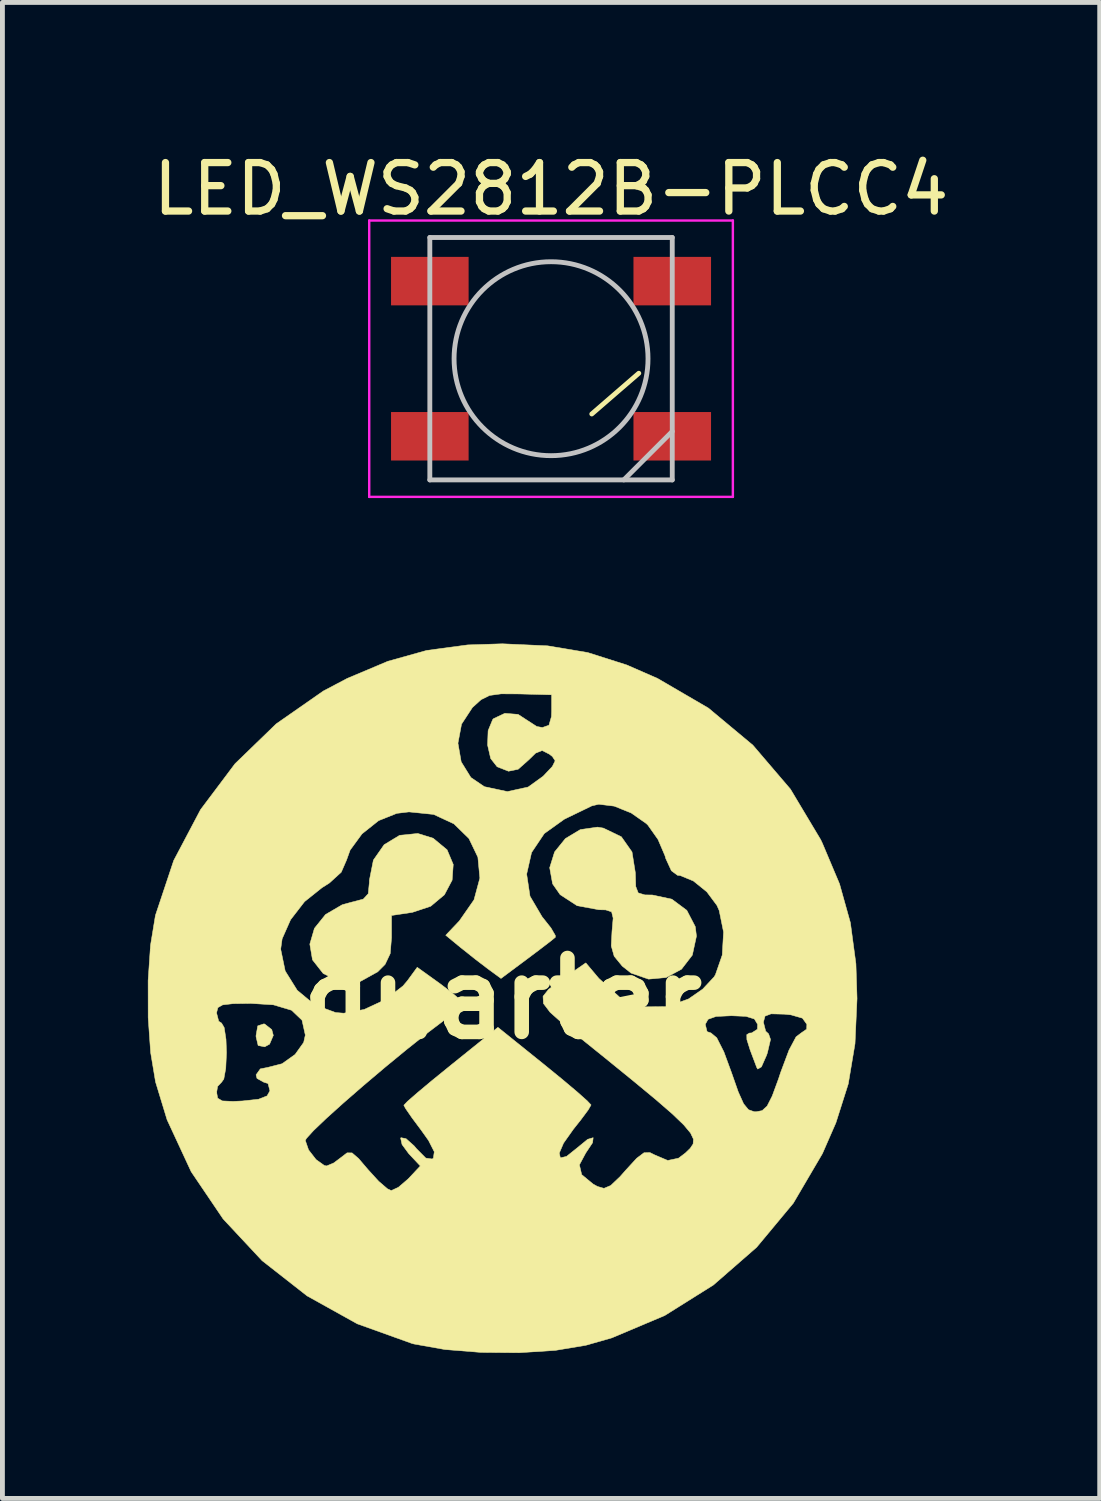
<source format=kicad_pcb>
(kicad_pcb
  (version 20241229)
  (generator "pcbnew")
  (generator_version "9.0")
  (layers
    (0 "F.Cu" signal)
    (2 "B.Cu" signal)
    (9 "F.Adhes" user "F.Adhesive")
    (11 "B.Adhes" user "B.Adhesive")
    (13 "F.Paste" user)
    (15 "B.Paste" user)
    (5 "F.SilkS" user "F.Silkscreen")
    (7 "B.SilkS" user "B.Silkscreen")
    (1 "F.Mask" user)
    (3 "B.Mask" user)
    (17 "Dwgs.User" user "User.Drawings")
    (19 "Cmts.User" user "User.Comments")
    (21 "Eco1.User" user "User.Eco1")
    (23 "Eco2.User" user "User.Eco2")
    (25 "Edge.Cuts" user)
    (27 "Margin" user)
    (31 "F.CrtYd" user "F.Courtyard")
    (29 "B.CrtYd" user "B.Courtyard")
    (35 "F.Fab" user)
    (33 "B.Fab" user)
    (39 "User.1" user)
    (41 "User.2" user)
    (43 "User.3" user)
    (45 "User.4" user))
  (footprint "quarter"
    (layer "F.Cu")
    (at 7.311 17.543)
    (property "Reference" "quarter" (at 0 0 0) (layer "F.SilkS") (effects (font (size 1.524 1.524) (thickness 0.3))))
    (attr through_hole)
    (fp_poly (pts (xy -4.902 0.527) (xy -4.756 0.642) (xy -4.724 0.762) (xy -4.801 0.942) (xy -4.902 0.997) (xy -5.037 0.97) (xy -5.08 0.79) (xy -5.08 0.762) (xy -5.045 0.565) (xy -4.921 0.524) (xy -4.902 0.527)) (stroke (width 0.01) (type solid)) (fill yes) (layer "F.SilkS"))
    (fp_poly (pts (xy -1.428 -3.305) (xy -1.14 -3.066) (xy -1.013 -2.764) (xy -1.036 -2.44) (xy -1.195 -2.139) (xy -1.478 -1.902) (xy -1.857 -1.776) (xy -2.286 -1.712) (xy -2.286 -1.253) (xy -2.313 -0.926) (xy -2.418 -0.704) (xy -2.571 -0.55) (xy -2.943 -0.344) (xy -3.331 -0.335) (xy -3.695 -0.515) (xy -3.916 -0.796) (xy -3.971 -1.121) (xy -3.876 -1.447) (xy -3.647 -1.732) (xy -3.303 -1.933) (xy -3.11 -1.986) (xy -2.869 -2.049) (xy -2.766 -2.161) (xy -2.743 -2.395) (xy -2.743 -2.436) (xy -2.66 -2.854) (xy -2.438 -3.172) (xy -2.119 -3.365) (xy -1.744 -3.403) (xy -1.428 -3.305)) (stroke (width 0.01) (type solid)) (fill yes) (layer "F.SilkS"))
    (fp_poly (pts (xy 2.083 -3.514) (xy 2.454 -3.335) (xy 2.674 -3.022) (xy 2.743 -2.591) (xy 2.751 -2.31) (xy 2.802 -2.177) (xy 2.94 -2.136) (xy 3.093 -2.134) (xy 3.495 -2.048) (xy 3.804 -1.818) (xy 3.979 -1.481) (xy 4.003 -1.286) (xy 3.918 -0.894) (xy 3.694 -0.603) (xy 3.377 -0.432) (xy 3.015 -0.399) (xy 2.654 -0.524) (xy 2.472 -0.668) (xy 2.306 -0.871) (xy 2.246 -1.084) (xy 2.261 -1.379) (xy 2.285 -1.657) (xy 2.253 -1.787) (xy 2.131 -1.827) (xy 1.994 -1.83) (xy 1.542 -1.913) (xy 1.192 -2.141) (xy 1.036 -2.364) (xy 0.976 -2.697) (xy 1.077 -3.022) (xy 1.3 -3.298) (xy 1.608 -3.483) (xy 1.962 -3.534) (xy 2.083 -3.514)) (stroke (width 0.01) (type solid)) (fill yes) (layer "F.SilkS"))
    (fp_poly (pts (xy 0.934 -7.273) (xy 1.762 -7.134) (xy 2.564 -6.879) (xy 3.2 -6.601) (xy 4.25 -5.989) (xy 5.167 -5.224) (xy 5.942 -4.317) (xy 6.565 -3.276) (xy 6.601 -3.2) (xy 6.954 -2.363) (xy 7.178 -1.562) (xy 7.292 -0.715) (xy 7.315 -0.000001) (xy 7.273 0.934) (xy 7.134 1.762) (xy 6.879 2.564) (xy 6.601 3.2) (xy 6.001 4.222) (xy 5.244 5.132) (xy 4.352 5.91) (xy 3.349 6.539) (xy 2.257 7) (xy 1.721 7.153) (xy 1.092 7.258) (xy 0.347 7.306) (xy -0.438 7.3) (xy -1.185 7.24) (xy -1.82 7.127) (xy -1.868 7.114) (xy -2.993 6.71) (xy -4.028 6.134) (xy -4.956 5.407) (xy -5.759 4.547) (xy -6.418 3.573) (xy -6.915 2.502) (xy -7.153 1.721) (xy -7.254 1.116) (xy -7.305 0.394) (xy -7.305 0.305) (xy -5.893 0.305) (xy -5.85 0.47) (xy -5.791 0.508) (xy -5.737 0.601) (xy -5.7 0.842) (xy -5.69 1.118) (xy -5.705 1.442) (xy -5.745 1.662) (xy -5.791 1.727) (xy -5.873 1.813) (xy -5.893 1.936) (xy -5.872 2.056) (xy -5.776 2.113) (xy -5.555 2.123) (xy -5.36 2.114) (xy -5.028 2.078) (xy -4.853 2.009) (xy -4.794 1.905) (xy -4.833 1.754) (xy -4.92 1.727) (xy -5.06 1.649) (xy -5.08 1.575) (xy -4.992 1.452) (xy -4.84 1.422) (xy -4.544 1.346) (xy -4.275 1.155) (xy -4.098 0.907) (xy -4.064 0.755) (xy -4.132 0.448) (xy -4.347 0.243) (xy -4.722 0.131) (xy -5.182 0.102) (xy -5.555 0.107) (xy -5.769 0.132) (xy -5.867 0.188) (xy -5.893 0.289) (xy -5.893 0.305) (xy -7.305 0.305) (xy -7.306 -0.37) (xy -7.262 -1.017) (xy -4.572 -1.017) (xy -4.479 -0.567) (xy -4.231 -0.169) (xy -3.87 0.131) (xy -3.441 0.29) (xy -3.273 0.304) (xy -2.85 0.227) (xy -2.412 0.023) (xy -2.049 -0.259) (xy -1.956 -0.369) (xy -1.756 -0.643) (xy -1.284 -0.304) (xy -1.029 -0.11) (xy -0.857 0.04) (xy -0.813 0.1) (xy -0.887 0.195) (xy -1.072 0.353) (xy -1.143 0.406) (xy -1.527 0.697) (xy -1.96 1.041) (xy -2.415 1.415) (xy -2.863 1.794) (xy -3.278 2.155) (xy -3.631 2.473) (xy -3.896 2.726) (xy -4.043 2.888) (xy -4.064 2.929) (xy -3.997 3.123) (xy -3.842 3.323) (xy -3.671 3.445) (xy -3.624 3.454) (xy -3.477 3.392) (xy -3.324 3.277) (xy -3.203 3.184) (xy -3.1 3.185) (xy -2.965 3.301) (xy -2.769 3.531) (xy -2.551 3.77) (xy -2.368 3.927) (xy -2.291 3.962) (xy -2.144 3.894) (xy -1.949 3.727) (xy -1.93 3.708) (xy -1.692 3.454) (xy -1.93 3.201) (xy -2.069 3.012) (xy -2.098 2.881) (xy -2.091 2.871) (xy -1.986 2.892) (xy -1.821 3.039) (xy -1.772 3.097) (xy -1.579 3.292) (xy -1.446 3.311) (xy -1.423 3.292) (xy -1.404 3.162) (xy -1.523 2.928) (xy -1.674 2.716) (xy -1.867 2.457) (xy -1.997 2.268) (xy -2.032 2.202) (xy -1.958 2.124) (xy -1.754 1.946) (xy -1.453 1.694) (xy -1.084 1.394) (xy -1.062 1.376) (xy -0.092 0.595) (xy 0.868 1.368) (xy 1.238 1.67) (xy 1.542 1.926) (xy 1.749 2.11) (xy 1.829 2.195) (xy 1.829 2.196) (xy 1.77 2.299) (xy 1.616 2.506) (xy 1.465 2.696) (xy 1.262 2.983) (xy 1.174 3.188) (xy 1.196 3.288) (xy 1.324 3.257) (xy 1.534 3.089) (xy 1.759 2.905) (xy 1.873 2.871) (xy 1.86 2.976) (xy 1.719 3.188) (xy 1.589 3.431) (xy 1.636 3.633) (xy 1.871 3.827) (xy 1.961 3.877) (xy 2.095 3.916) (xy 2.234 3.858) (xy 2.426 3.676) (xy 2.545 3.541) (xy 2.771 3.295) (xy 2.921 3.182) (xy 3.043 3.178) (xy 3.14 3.226) (xy 3.411 3.341) (xy 3.633 3.294) (xy 3.777 3.185) (xy 3.874 3.091) (xy 3.934 3.001) (xy 3.941 2.901) (xy 3.881 2.775) (xy 3.741 2.607) (xy 3.507 2.382) (xy 3.165 2.085) (xy 2.7 1.7) (xy 2.1 1.212) (xy 1.688 0.88) (xy 1.263 0.533) (xy 1.263 0.533) (xy 4.185 0.533) (xy 4.222 0.684) (xy 4.302 0.711) (xy 4.421 0.81) (xy 4.569 1.102) (xy 4.724 1.524) (xy 4.865 1.926) (xy 4.975 2.171) (xy 5.076 2.294) (xy 5.192 2.335) (xy 5.232 2.337) (xy 5.358 2.313) (xy 5.461 2.218) (xy 5.565 2.013) (xy 5.695 1.66) (xy 5.74 1.524) (xy 5.912 1.065) (xy 6.057 0.792) (xy 6.163 0.711) (xy 6.276 0.633) (xy 6.28 0.533) (xy 6.189 0.406) (xy 5.952 0.338) (xy 5.816 0.324) (xy 5.542 0.317) (xy 5.417 0.364) (xy 5.385 0.484) (xy 5.385 0.494) (xy 5.431 0.675) (xy 5.49 0.729) (xy 5.531 0.845) (xy 5.467 1.118) (xy 5.45 1.169) (xy 5.343 1.411) (xy 5.266 1.456) (xy 5.246 1.422) (xy 5.11 1.061) (xy 5.043 0.848) (xy 5.041 0.746) (xy 5.096 0.713) (xy 5.141 0.711) (xy 5.26 0.635) (xy 5.264 0.533) (xy 5.198 0.423) (xy 5.025 0.369) (xy 4.724 0.356) (xy 4.407 0.371) (xy 4.243 0.429) (xy 4.185 0.533) (xy 1.263 0.533) (xy 0.985 0.285) (xy 0.847 0.103) (xy 0.839 -0.044) (xy 0.953 -0.188) (xy 1.181 -0.36) (xy 1.32 -0.457) (xy 1.721 -0.734) (xy 1.99 -0.414) (xy 2.424 -0.022) (xy 2.897 0.173) (xy 3.4 0.168) (xy 3.839 0.01) (xy 4.132 -0.193) (xy 4.366 -0.444) (xy 4.394 -0.489) (xy 4.535 -0.895) (xy 4.562 -1.37) (xy 4.472 -1.814) (xy 4.425 -1.92) (xy 4.217 -2.199) (xy 3.94 -2.423) (xy 3.667 -2.536) (xy 3.614 -2.54) (xy 3.486 -2.634) (xy 3.371 -2.884) (xy 3.353 -2.946) (xy 3.21 -3.28) (xy 3.003 -3.573) (xy 2.968 -3.608) (xy 2.657 -3.826) (xy 2.306 -3.967) (xy 1.988 -4.006) (xy 1.844 -3.972) (xy 1.649 -3.877) (xy 1.367 -3.741) (xy 1.279 -3.698) (xy 0.865 -3.402) (xy 0.602 -3.01) (xy 0.501 -2.565) (xy 0.57 -2.109) (xy 0.819 -1.685) (xy 0.826 -1.677) (xy 1.002 -1.455) (xy 1.092 -1.3) (xy 1.093 -1.262) (xy 0.991 -1.179) (xy 0.773 -1.012) (xy 0.507 -0.812) (xy -0.028 -0.413) (xy -0.294 -0.608) (xy -0.56 -0.811) (xy -0.847 -1.04) (xy -0.864 -1.053) (xy -1.168 -1.304) (xy -0.887 -1.6) (xy -0.585 -2.034) (xy -0.464 -2.483) (xy -0.505 -2.914) (xy -0.689 -3.298) (xy -1 -3.602) (xy -1.418 -3.796) (xy -1.926 -3.848) (xy -2.177 -3.818) (xy -2.552 -3.668) (xy -2.895 -3.395) (xy -3.14 -3.06) (xy -3.213 -2.857) (xy -3.323 -2.604) (xy -3.568 -2.381) (xy -3.721 -2.284) (xy -4.08 -1.997) (xy -4.368 -1.624) (xy -4.542 -1.231) (xy -4.572 -1.017) (xy -7.262 -1.017) (xy -7.257 -1.095) (xy -7.157 -1.704) (xy -7.153 -1.721) (xy -6.778 -2.846) (xy -6.225 -3.894) (xy -5.514 -4.841) (xy -5.076 -5.265) (xy -0.916 -5.265) (xy -0.849 -4.88) (xy -0.649 -4.557) (xy -0.37 -4.368) (xy 0.104 -4.267) (xy 0.532 -4.361) (xy 0.841 -4.584) (xy 1.031 -4.785) (xy 1.089 -4.902) (xy 1.031 -4.991) (xy 0.969 -5.039) (xy 0.821 -5.114) (xy 0.687 -5.061) (xy 0.548 -4.925) (xy 0.325 -4.727) (xy 0.127 -4.687) (xy -0.108 -4.779) (xy -0.241 -4.949) (xy -0.305 -5.227) (xy -0.294 -5.523) (xy -0.2 -5.752) (xy -0.183 -5.771) (xy 0.051 -5.881) (xy 0.325 -5.859) (xy 0.508 -5.74) (xy 0.709 -5.61) (xy 0.825 -5.588) (xy 0.961 -5.636) (xy 1.012 -5.813) (xy 1.016 -5.925) (xy 1.016 -6.263) (xy 0.348 -6.281) (xy -0.024 -6.283) (xy -0.264 -6.25) (xy -0.439 -6.163) (xy -0.617 -6.002) (xy -0.842 -5.658) (xy -0.916 -5.265) (xy -5.076 -5.265) (xy -4.664 -5.664) (xy -3.693 -6.341) (xy -3.2 -6.601) (xy -2.363 -6.954) (xy -1.562 -7.178) (xy -0.715 -7.292) (xy -0.000001 -7.315) (xy 0.934 -7.273)) (stroke (width 0.01) (type solid)) (fill yes) (layer "F.SilkS")))
  (footprint "LED_WS2812B-PLCC4"
    (layer "F.Cu")
    (at 8.315 4.348)
    (property "Reference" "LED_WS2812B-PLCC4" (at 0 -3.5 0) (layer "F.SilkS") (effects (font (size 1 1) (thickness 0.15))))
    (attr smd)
    (fp_line (start 0.84 1.14) (end 1.81 0.3) (stroke (width 0.1) (type solid)) (layer "F.SilkS"))
    (fp_line (start -2.5 -2.5) (end -2.5 2.5) (stroke (width 0.1) (type solid)) (layer "Dwgs.User"))
    (fp_line (start -2.5 2.5) (end 2.5 2.5) (stroke (width 0.1) (type solid)) (layer "Dwgs.User"))
    (fp_line (start 2.5 -2.5) (end -2.5 -2.5) (stroke (width 0.1) (type solid)) (layer "Dwgs.User"))
    (fp_line (start 2.5 1.5) (end 1.5 2.5) (stroke (width 0.1) (type solid)) (layer "Dwgs.User"))
    (fp_line (start 2.5 2.5) (end 2.5 -2.5) (stroke (width 0.1) (type solid)) (layer "Dwgs.User"))
    (fp_circle (center 0 0) (end 0 -2) (stroke (width 0.1) (type solid)) (fill no) (layer "Dwgs.User"))
    (fp_line (start -3.75 -2.85) (end -3.75 2.85) (stroke (width 0.05) (type solid)) (layer "F.CrtYd"))
    (fp_line (start -3.75 2.85) (end 3.75 2.85) (stroke (width 0.05) (type solid)) (layer "F.CrtYd"))
    (fp_line (start 3.75 -2.85) (end -3.75 -2.85) (stroke (width 0.05) (type solid)) (layer "F.CrtYd"))
    (fp_line (start 3.75 2.85) (end 3.75 -2.85) (stroke (width 0.05) (type solid)) (layer "F.CrtYd"))
    (pad "1" smd rect (at -2.5 -1.6) (size 1.6 1) (layers "F.Cu" "F.Mask" "F.Paste"))
    (pad "2" smd rect (at -2.5 1.6) (size 1.6 1) (layers "F.Cu" "F.Mask" "F.Paste"))
    (pad "3" smd rect (at 2.5 1.6) (size 1.6 1) (layers "F.Cu" "F.Mask" "F.Paste"))
    (pad "4" smd rect (at 2.5 -1.6) (size 1.6 1) (layers "F.Cu" "F.Mask" "F.Paste")))
  (gr_rect
    (start -3 -3)
    (end 19.631 27.855)
    (stroke (width 0.1) (type default))
    (fill no)
    (layer "Edge.Cuts")))
</source>
